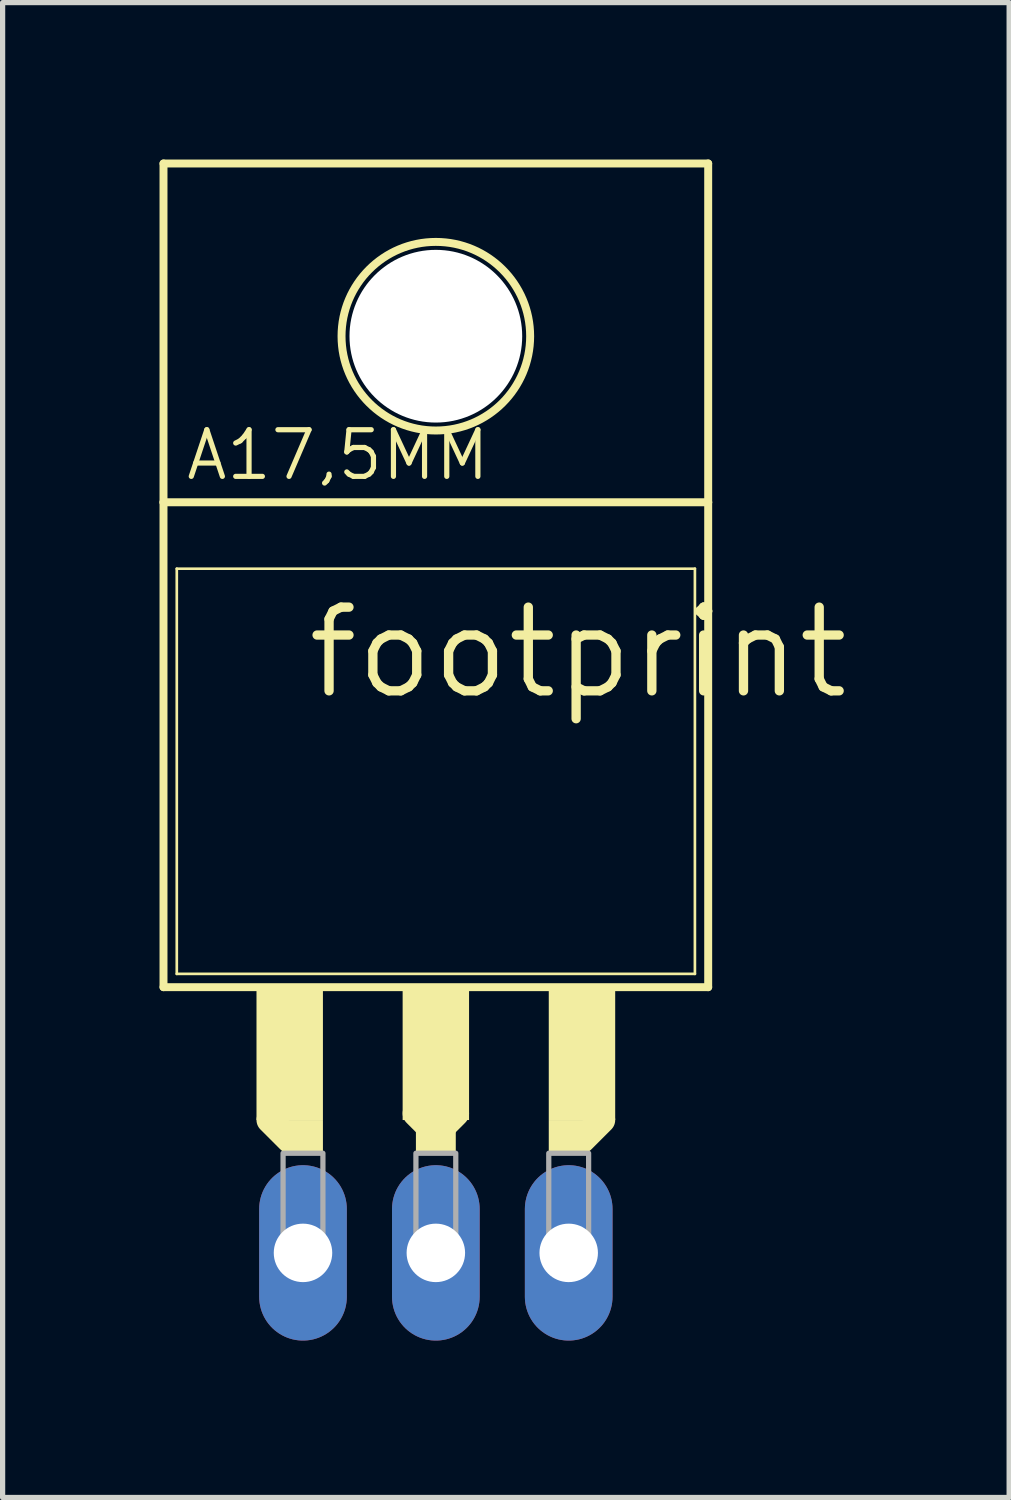
<source format=kicad_pcb>
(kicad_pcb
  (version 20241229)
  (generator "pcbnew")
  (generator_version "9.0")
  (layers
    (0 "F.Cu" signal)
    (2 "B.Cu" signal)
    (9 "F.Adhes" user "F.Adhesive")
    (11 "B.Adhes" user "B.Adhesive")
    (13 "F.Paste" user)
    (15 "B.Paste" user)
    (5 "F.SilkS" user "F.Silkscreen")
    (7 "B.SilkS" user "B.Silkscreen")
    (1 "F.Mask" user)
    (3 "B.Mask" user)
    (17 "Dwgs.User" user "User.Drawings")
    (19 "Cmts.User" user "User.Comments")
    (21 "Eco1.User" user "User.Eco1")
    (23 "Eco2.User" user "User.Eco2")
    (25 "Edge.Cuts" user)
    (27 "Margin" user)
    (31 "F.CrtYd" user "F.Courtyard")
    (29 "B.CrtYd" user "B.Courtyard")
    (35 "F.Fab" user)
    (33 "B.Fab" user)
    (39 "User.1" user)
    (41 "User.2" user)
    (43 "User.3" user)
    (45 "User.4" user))
  (footprint "footprint"
    (layer "F.Cu")
    (at 5.283 14.554)
    (property "Reference" "footprint" (at -2.54 -4.191 0) (layer "F.SilkS") (effects (font (size 1.6 1.6) (thickness 0.178)) (justify left bottom)))
    (fp_line (start -5.207 -8.001) (end -5.207 -14.478) (stroke (width 0.152) (type solid)) (layer "F.SilkS"))
    (fp_line (start -5.207 1.27) (end -5.207 -8.001) (stroke (width 0.152) (type solid)) (layer "F.SilkS"))
    (fp_line (start -5.207 1.27) (end 5.207 1.27) (stroke (width 0.152) (type solid)) (layer "F.SilkS"))
    (fp_line (start -4.953 -6.731) (end -4.953 1.016) (stroke (width 0.051) (type solid)) (layer "F.SilkS"))
    (fp_line (start -2.794 4.191) (end -3.175 3.81) (stroke (width 0.508) (type solid)) (layer "F.SilkS"))
    (fp_line (start 0 4.064) (end -0.381 3.683) (stroke (width 0.508) (type solid)) (layer "F.SilkS"))
    (fp_line (start 0.381 3.683) (end 0 4.064) (stroke (width 0.508) (type solid)) (layer "F.SilkS"))
    (fp_line (start 3.175 3.81) (end 2.794 4.191) (stroke (width 0.508) (type solid)) (layer "F.SilkS"))
    (fp_line (start 4.953 -6.731) (end -4.953 -6.731) (stroke (width 0.051) (type solid)) (layer "F.SilkS"))
    (fp_line (start 4.953 -6.731) (end 4.953 1.016) (stroke (width 0.051) (type solid)) (layer "F.SilkS"))
    (fp_line (start 4.953 1.016) (end -4.953 1.016) (stroke (width 0.051) (type solid)) (layer "F.SilkS"))
    (fp_line (start 5.207 -14.478) (end -5.207 -14.478) (stroke (width 0.152) (type solid)) (layer "F.SilkS"))
    (fp_line (start 5.207 -8.001) (end -5.207 -8.001) (stroke (width 0.152) (type solid)) (layer "F.SilkS"))
    (fp_line (start 5.207 -8.001) (end 5.207 -14.478) (stroke (width 0.152) (type solid)) (layer "F.SilkS"))
    (fp_line (start 5.207 1.27) (end 5.207 -8.001) (stroke (width 0.152) (type solid)) (layer "F.SilkS"))
    (fp_circle (center 0 -11.176) (end 1.803 -11.176) (stroke (width 0.152) (type solid)) (fill no) (layer "F.SilkS"))
    (fp_poly (pts (xy -3.429 3.81) (xy -2.159 3.81) (xy -2.159 1.27) (xy -3.429 1.27)) (stroke (width 0) (type solid)) (fill yes) (layer "F.SilkS"))
    (fp_poly (pts (xy -2.921 4.445) (xy -2.159 4.445) (xy -2.159 3.81) (xy -2.921 3.81)) (stroke (width 0) (type solid)) (fill yes) (layer "F.SilkS"))
    (fp_poly (pts (xy -0.635 3.81) (xy 0.635 3.81) (xy 0.635 1.27) (xy -0.635 1.27)) (stroke (width 0) (type solid)) (fill yes) (layer "F.SilkS"))
    (fp_poly (pts (xy -0.381 4.445) (xy 0.381 4.445) (xy 0.381 3.81) (xy -0.381 3.81)) (stroke (width 0) (type solid)) (fill yes) (layer "F.SilkS"))
    (fp_poly (pts (xy 2.159 3.81) (xy 3.429 3.81) (xy 3.429 1.27) (xy 2.159 1.27)) (stroke (width 0) (type solid)) (fill yes) (layer "F.SilkS"))
    (fp_poly (pts (xy 2.159 4.445) (xy 2.921 4.445) (xy 2.921 3.81) (xy 2.159 3.81)) (stroke (width 0) (type solid)) (fill yes) (layer "F.SilkS"))
    (fp_poly (pts (xy -2.921 6.35) (xy -2.159 6.35) (xy -2.159 4.445) (xy -2.921 4.445)) (stroke (width 0.1) (type solid)) (fill no) (layer "F.Fab"))
    (fp_poly (pts (xy -0.381 6.35) (xy 0.381 6.35) (xy 0.381 4.445) (xy -0.381 4.445)) (stroke (width 0.1) (type solid)) (fill no) (layer "F.Fab"))
    (fp_poly (pts (xy 2.159 6.35) (xy 2.921 6.35) (xy 2.921 4.445) (xy 2.159 4.445)) (stroke (width 0.1) (type solid)) (fill no) (layer "F.Fab"))
    (fp_text user "A17,5MM" (at -4.826 -8.382 0) (layer "F.SilkS") (effects (font (size 0.892 0.892) (thickness 0.099)) (justify left bottom)))
    (pad "" np_thru_hole circle (at 0 -11.176) (size 3.302 3.302) (drill 3.302) (layers "*.Cu" "*.Mask"))
    (pad "A1" thru_hole oval (at -2.54 6.35 90) (size 3.353 1.676) (drill 1.118) (layers "*.Cu" "*.Mask"))
    (pad "A2" thru_hole oval (at 2.54 6.35 90) (size 3.353 1.676) (drill 1.118) (layers "*.Cu" "*.Mask"))
    (pad "C" thru_hole oval (at 0 6.35 90) (size 3.353 1.676) (drill 1.118) (layers "*.Cu" "*.Mask"))
    (zone (net_name "") (layers "F.Cu" "B.Cu") (hatch edge 0.508) (connect_pads) (min_thickness 0.254) (filled_areas_thickness no) (keepout (tracks allowed) (vias not_allowed) (pads allowed) (copperpour allowed) (footprints allowed)) (placement (enabled no)) (fill) (polygon (pts (xy 8.204 3.378) (xy 8.16 2.871) (xy 8.028 2.379) (xy 7.813 1.918) (xy 7.521 1.501) (xy 7.161 1.141) (xy 6.744 0.849) (xy 6.282 0.633) (xy 5.79 0.502) (xy 5.283 0.457) (xy 4.776 0.502) (xy 4.284 0.633) (xy 3.823 0.849) (xy 3.406 1.141) (xy 3.046 1.501) (xy 2.754 1.918) (xy 2.538 2.379) (xy 2.407 2.871) (xy 2.362 3.378) (xy 2.407 3.885) (xy 2.538 4.377) (xy 2.754 4.839) (xy 3.046 5.256) (xy 3.406 5.616) (xy 3.823 5.908) (xy 4.284 6.123) (xy 4.776 6.255) (xy 5.283 6.299) (xy 5.79 6.255) (xy 6.282 6.123) (xy 6.744 5.908) (xy 7.161 5.616) (xy 7.521 5.256) (xy 7.813 4.839) (xy 8.028 4.377) (xy 8.16 3.885))))
    (zone (net_name "") (layer "B.Cu") (hatch edge 0.508) (connect_pads) (min_thickness 0.254) (filled_areas_thickness no) (keepout (tracks not_allowed) (vias not_allowed) (pads not_allowed) (copperpour not_allowed) (footprints allowed)) (placement (enabled no)) (fill) (polygon (pts (xy 8.204 3.378) (xy 8.16 2.871) (xy 8.028 2.379) (xy 7.813 1.918) (xy 7.521 1.501) (xy 7.161 1.141) (xy 6.744 0.849) (xy 6.282 0.633) (xy 5.79 0.502) (xy 5.283 0.457) (xy 4.776 0.502) (xy 4.284 0.633) (xy 3.823 0.849) (xy 3.406 1.141) (xy 3.046 1.501) (xy 2.754 1.918) (xy 2.538 2.379) (xy 2.407 2.871) (xy 2.362 3.378) (xy 2.407 3.885) (xy 2.538 4.377) (xy 2.754 4.839) (xy 3.046 5.256) (xy 3.406 5.616) (xy 3.823 5.908) (xy 4.284 6.123) (xy 4.776 6.255) (xy 5.283 6.299) (xy 5.79 6.255) (xy 6.282 6.123) (xy 6.744 5.908) (xy 7.161 5.616) (xy 7.521 5.256) (xy 7.813 4.839) (xy 8.028 4.377) (xy 8.16 3.885)))))
  (gr_rect
    (start -3 -3)
    (end 16.244 25.581)
    (stroke (width 0.1) (type default))
    (fill no)
    (layer "Edge.Cuts")))
</source>
